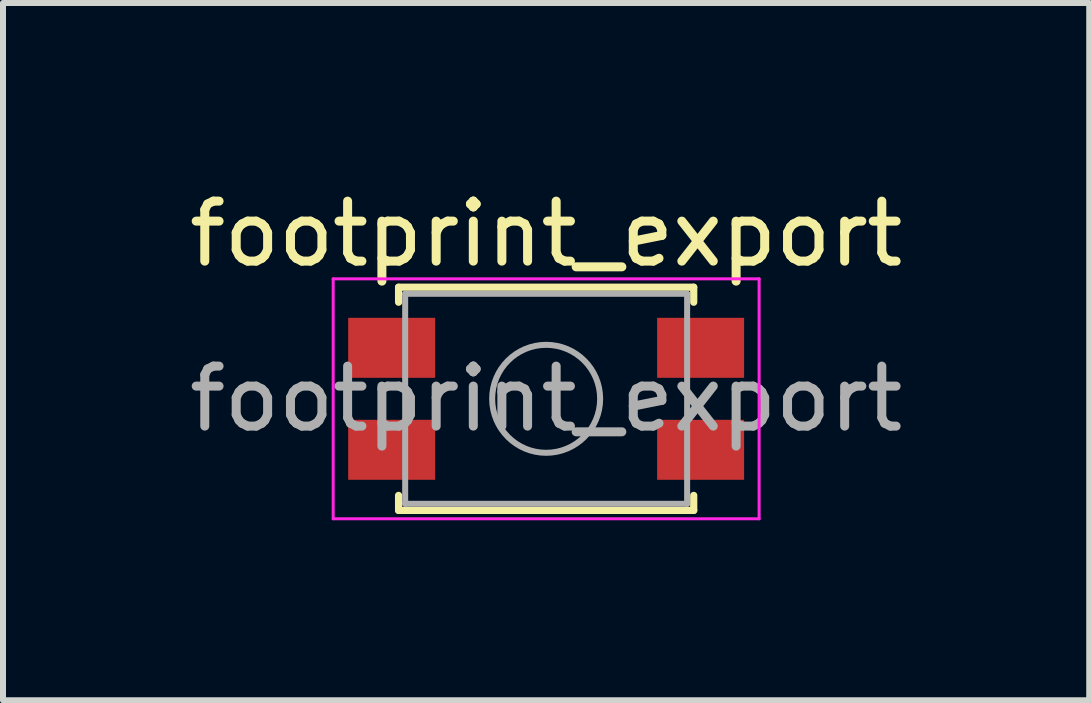
<source format=kicad_pcb>
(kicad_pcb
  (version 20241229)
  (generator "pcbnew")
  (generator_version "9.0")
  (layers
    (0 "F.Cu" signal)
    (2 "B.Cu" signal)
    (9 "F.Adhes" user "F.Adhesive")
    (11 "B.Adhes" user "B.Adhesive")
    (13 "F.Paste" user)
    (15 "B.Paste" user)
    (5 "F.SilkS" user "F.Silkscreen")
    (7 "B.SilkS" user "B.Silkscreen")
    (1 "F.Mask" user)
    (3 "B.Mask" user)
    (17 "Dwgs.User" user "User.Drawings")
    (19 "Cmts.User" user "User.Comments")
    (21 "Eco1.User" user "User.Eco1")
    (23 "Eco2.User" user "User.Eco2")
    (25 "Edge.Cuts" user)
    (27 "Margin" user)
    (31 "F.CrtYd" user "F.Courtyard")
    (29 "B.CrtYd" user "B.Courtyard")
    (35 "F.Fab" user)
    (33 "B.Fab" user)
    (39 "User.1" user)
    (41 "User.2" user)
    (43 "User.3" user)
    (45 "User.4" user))
  (footprint "footprint_export"
    (layer "F.Cu")
    (at 6.054 3.598)
    (property "Reference" "footprint_export" (at 0 -2.75 0) (layer "F.SilkS") (effects (font (size 1 1) (thickness 0.15))))
    (attr smd)
    (fp_line (start -2.46 -1.86) (end -2.46 -1.61) (stroke (width 0.12) (type solid)) (layer "F.SilkS"))
    (fp_line (start -2.46 1.61) (end -2.46 1.86) (stroke (width 0.12) (type solid)) (layer "F.SilkS"))
    (fp_line (start -2.46 1.86) (end 2.46 1.86) (stroke (width 0.12) (type solid)) (layer "F.SilkS"))
    (fp_line (start 2.46 -1.86) (end -2.46 -1.86) (stroke (width 0.12) (type solid)) (layer "F.SilkS"))
    (fp_line (start 2.46 -1.86) (end 2.46 -1.61) (stroke (width 0.12) (type solid)) (layer "F.SilkS"))
    (fp_line (start 2.46 1.61) (end 2.46 1.86) (stroke (width 0.12) (type solid)) (layer "F.SilkS"))
    (fp_line (start -3.55 -2) (end 3.55 -2) (stroke (width 0.05) (type solid)) (layer "F.CrtYd"))
    (fp_line (start -3.55 2) (end -3.55 -2) (stroke (width 0.05) (type solid)) (layer "F.CrtYd"))
    (fp_line (start 3.55 -2) (end 3.55 2) (stroke (width 0.05) (type solid)) (layer "F.CrtYd"))
    (fp_line (start 3.55 2) (end -3.55 2) (stroke (width 0.05) (type solid)) (layer "F.CrtYd"))
    (fp_line (start -2.35 -1.75) (end 2.35 -1.75) (stroke (width 0.1) (type solid)) (layer "F.Fab"))
    (fp_line (start -2.35 1.75) (end -2.35 -1.75) (stroke (width 0.1) (type solid)) (layer "F.Fab"))
    (fp_line (start 2.35 -1.75) (end 2.35 1.75) (stroke (width 0.1) (type solid)) (layer "F.Fab"))
    (fp_line (start 2.35 1.75) (end -2.35 1.75) (stroke (width 0.1) (type solid)) (layer "F.Fab"))
    (fp_circle (center 0 0) (end 0.9 0) (stroke (width 0.1) (type solid)) (fill no) (layer "F.Fab"))
    (fp_text user "${REFERENCE}" (at 0 0 0) (layer "F.Fab") (effects (font (size 1 1) (thickness 0.15))))
    (pad "1" smd rect (at -2.575 -0.85) (size 1.45 1) (layers "F.Cu" "F.Mask" "F.Paste"))
    (pad "1" smd rect (at 2.575 -0.85) (size 1.45 1) (layers "F.Cu" "F.Mask" "F.Paste"))
    (pad "2" smd rect (at -2.575 0.85) (size 1.45 1) (layers "F.Cu" "F.Mask" "F.Paste"))
    (pad "2" smd rect (at 2.575 0.85) (size 1.45 1) (layers "F.Cu" "F.Mask" "F.Paste")))
  (gr_rect
    (start -3 -3)
    (end 15.107 8.623)
    (stroke (width 0.1) (type default))
    (fill no)
    (layer "Edge.Cuts")))
</source>
